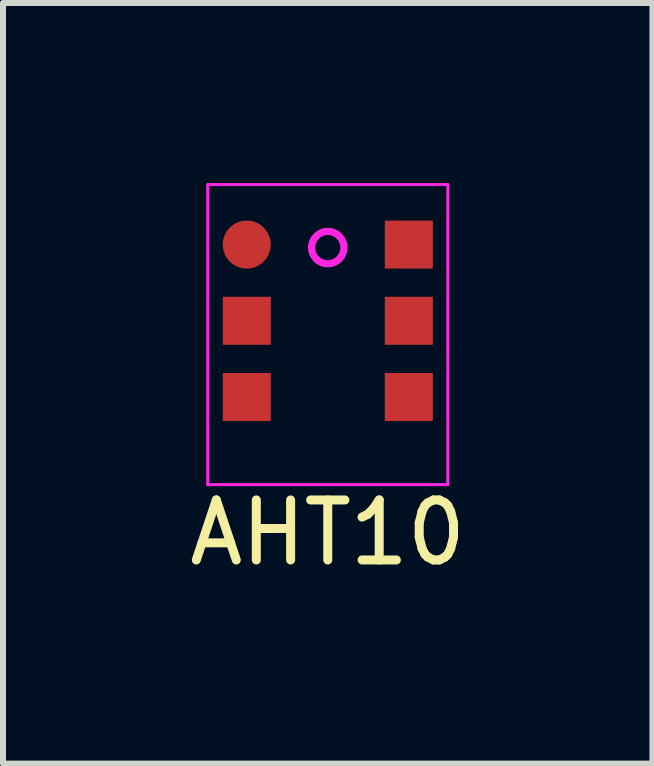
<source format=kicad_pcb>
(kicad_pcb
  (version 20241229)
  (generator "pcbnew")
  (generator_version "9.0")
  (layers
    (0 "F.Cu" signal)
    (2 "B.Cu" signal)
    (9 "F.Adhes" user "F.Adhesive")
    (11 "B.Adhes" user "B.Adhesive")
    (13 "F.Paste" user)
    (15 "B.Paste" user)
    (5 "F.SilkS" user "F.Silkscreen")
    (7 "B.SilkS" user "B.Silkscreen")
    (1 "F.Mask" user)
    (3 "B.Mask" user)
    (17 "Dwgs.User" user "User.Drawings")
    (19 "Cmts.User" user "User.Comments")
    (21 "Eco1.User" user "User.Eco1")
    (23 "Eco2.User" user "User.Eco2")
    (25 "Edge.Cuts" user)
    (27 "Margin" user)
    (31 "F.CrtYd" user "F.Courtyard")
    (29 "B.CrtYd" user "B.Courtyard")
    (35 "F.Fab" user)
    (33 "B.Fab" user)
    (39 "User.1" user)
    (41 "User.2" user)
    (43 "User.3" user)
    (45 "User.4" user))
  (footprint "AHT10"
    (layer "F.Cu")
    (at 2.411 2.525)
    (property "Reference" "AHT10" (at 0 3.3 0) (layer "F.SilkS") (effects (font (size 1 1) (thickness 0.15))))
    (attr through_hole)
    (fp_line (start -2 -2.5) (end 2 -2.5) (stroke (width 0.05) (type solid)) (layer "F.CrtYd"))
    (fp_line (start -2 2.5) (end -2 -2.5) (stroke (width 0.05) (type solid)) (layer "F.CrtYd"))
    (fp_line (start 2 -2.5) (end 2 2.5) (stroke (width 0.05) (type solid)) (layer "F.CrtYd"))
    (fp_line (start 2 2.5) (end -2 2.5) (stroke (width 0.05) (type solid)) (layer "F.CrtYd"))
    (fp_circle (center 0 -1.45) (end 0.25 -1.55) (stroke (width 0.12) (type solid)) (fill no) (layer "F.CrtYd"))
    (pad "1" smd circle (at -1.35 -1.5) (size 0.8 0.8) (layers "F.Cu" "F.Mask" "F.Paste"))
    (pad "2" smd rect (at -1.35 -0.23) (size 0.8 0.8) (layers "F.Cu" "F.Mask" "F.Paste"))
    (pad "3" smd rect (at -1.35 1.04) (size 0.8 0.8) (layers "F.Cu" "F.Mask" "F.Paste"))
    (pad "4" smd rect (at 1.35 1.04) (size 0.8 0.8) (layers "F.Cu" "F.Mask" "F.Paste"))
    (pad "5" smd rect (at 1.35 -0.23) (size 0.8 0.8) (layers "F.Cu" "F.Mask" "F.Paste"))
    (pad "6" smd rect (at 1.35 -1.5) (size 0.8 0.8) (layers "F.Cu" "F.Mask" "F.Paste")))
  (gr_rect
    (start -3 -3)
    (end 7.821 9.673)
    (stroke (width 0.1) (type default))
    (fill no)
    (layer "Edge.Cuts")))
</source>
